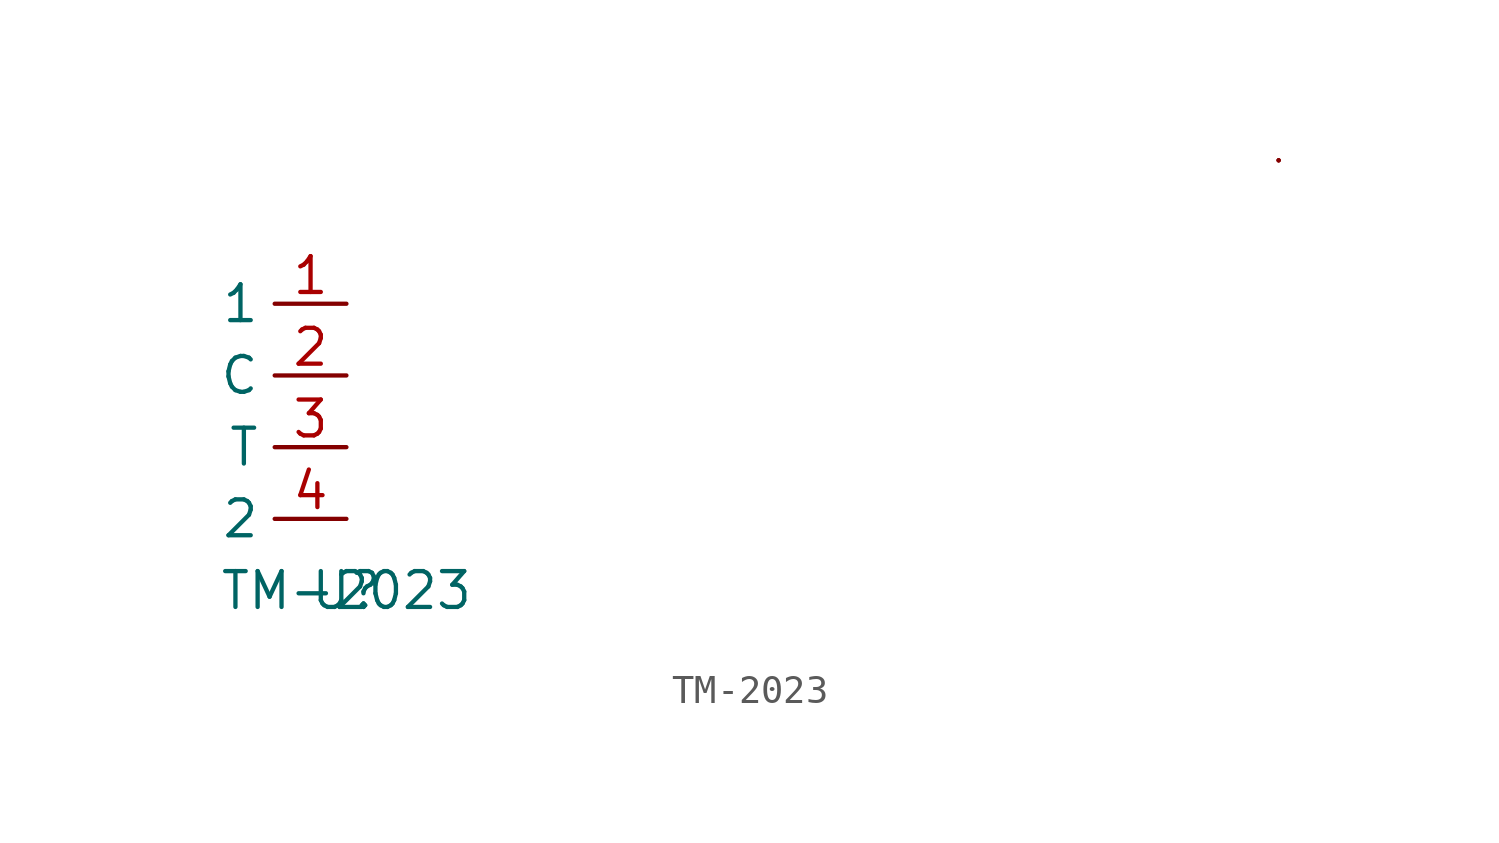
<source format=kicad_sym>
(kicad_symbol_lib
  (version 20220126)
  (generator kicad_symbol_editor)
  (symbol "TM-2023"
    (property "Reference" "U"
      (at 0 0 0)
      (effects (font (size 1.27 1.27))))
    (property "Value" "TM-2023"
      (at 0 0 0)
      (effects (font (size 1.27 1.27))))
    (symbol "TM-2023_0_1"
      (rectangle (start 33.02 15.24) (end 33.02 15.24) (stroke (width 0.152) (type default)) (fill (type none)))
      (rectangle (start 33.02 15.24) (end 33.02 15.24) (stroke (width 0.152) (type default)) (fill (type none)))
      (rectangle (start 33.02 15.24) (end 33.02 15.24) (stroke (width 0.152) (type default)) (fill (type none))))
    (symbol "TM-2023_1_1"
      (pin input line (at 0 10.16 180) (length 2.54) (name "1" (effects (font (size 1.27 1.27)))) (number "1" (effects (font (size 1.27 1.27)))))
      (pin input line (at 0 7.62 180) (length 2.54) (name "C" (effects (font (size 1.27 1.27)))) (number "2" (effects (font (size 1.27 1.27)))))
      (pin input line (at 0 5.08 180) (length 2.54) (name "T" (effects (font (size 1.27 1.27)))) (number "3" (effects (font (size 1.27 1.27)))))
      (pin input line (at 0 2.54 180) (length 2.54) (name "2" (effects (font (size 1.27 1.27)))) (number "4" (effects (font (size 1.27 1.27))))))))
</source>
